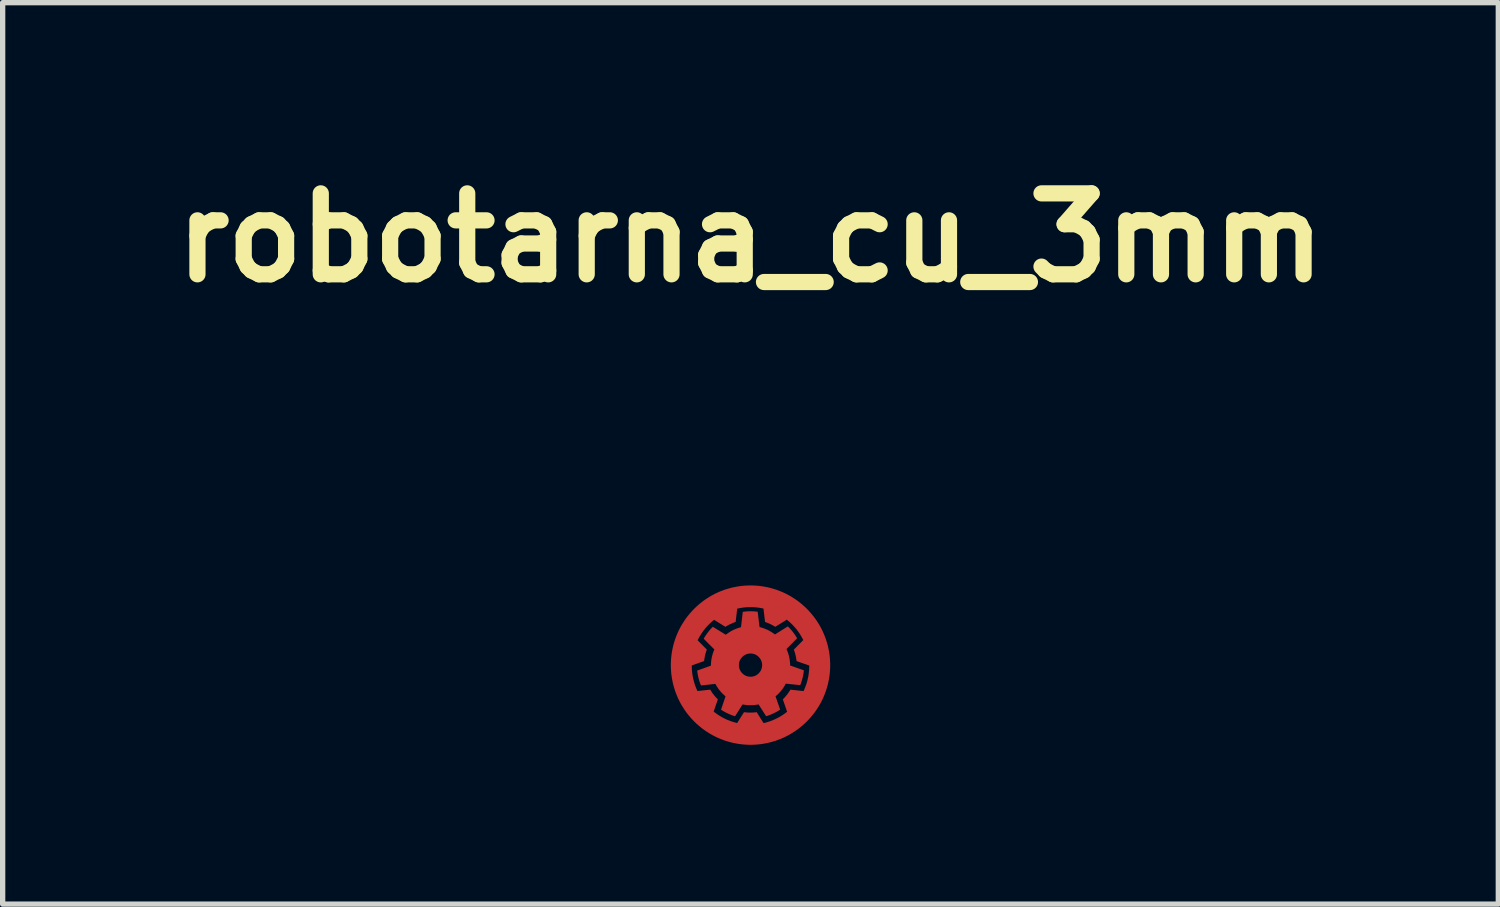
<source format=kicad_pcb>
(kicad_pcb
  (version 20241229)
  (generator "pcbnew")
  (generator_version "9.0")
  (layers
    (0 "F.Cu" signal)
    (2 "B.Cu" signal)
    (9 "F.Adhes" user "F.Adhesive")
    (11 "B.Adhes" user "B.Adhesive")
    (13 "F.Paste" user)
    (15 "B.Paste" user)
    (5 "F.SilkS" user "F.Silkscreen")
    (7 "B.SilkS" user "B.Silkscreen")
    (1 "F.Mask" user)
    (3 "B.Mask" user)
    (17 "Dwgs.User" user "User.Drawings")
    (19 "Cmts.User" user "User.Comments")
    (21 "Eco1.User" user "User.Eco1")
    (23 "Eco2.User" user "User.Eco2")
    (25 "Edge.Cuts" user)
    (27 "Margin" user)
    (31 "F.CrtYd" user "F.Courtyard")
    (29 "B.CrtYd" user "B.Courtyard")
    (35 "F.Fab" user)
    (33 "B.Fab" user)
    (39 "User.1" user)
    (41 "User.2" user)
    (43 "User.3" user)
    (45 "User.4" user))
  (footprint "robotarna_cu_3mm"
    (layer "F.Cu")
    (at 11.082 9.474)
    (property "Reference" "robotarna_cu_3mm" (at 0 -8.048 0) (layer "F.SilkS") (effects (font (size 1.524 1.524) (thickness 0.305))))
    (attr smd)
    (fp_poly (pts (xy -0.000003 0.219) (xy -0.992 0.184) (xy -0.989 0.2) (xy -0.985 0.216) (xy -0.982 0.231) (xy -0.978 0.247) (xy -0.974 0.263) (xy -0.969 0.278) (xy -0.965 0.293) (xy -0.96 0.309) (xy -0.955 0.324) (xy -0.95 0.339) (xy -0.944 0.354) (xy -0.938 0.368) (xy -0.932 0.383) (xy -0.661 0.353) (xy -0.654 0.367) (xy -0.646 0.381) (xy -0.638 0.395) (xy -0.629 0.409) (xy -0.62 0.422) (xy -0.611 0.436) (xy -0.602 0.449) (xy -0.592 0.462) (xy -0.582 0.474) (xy -0.572 0.487) (xy -0.562 0.499) (xy -0.551 0.511) (xy -0.54 0.523) (xy -0.529 0.534) (xy -0.518 0.545) (xy -0.506 0.556) (xy -0.494 0.567) (xy -0.482 0.578) (xy -0.47 0.588) (xy -0.555 0.839) (xy -0.542 0.848) (xy -0.528 0.857) (xy -0.514 0.865) (xy -0.5 0.873) (xy -0.486 0.881) (xy -0.472 0.889) (xy -0.457 0.896) (xy -0.443 0.903) (xy -0.428 0.91) (xy -0.413 0.917) (xy -0.399 0.924) (xy -0.383 0.93) (xy -0.368 0.936) (xy -0.353 0.942) (xy -0.338 0.948) (xy -0.322 0.953) (xy -0.307 0.958) (xy -0.291 0.963) (xy -0.15 0.74) (xy -0.134 0.743) (xy -0.118 0.746) (xy -0.101 0.748) (xy -0.085 0.75) (xy -0.068 0.752) (xy -0.051 0.753) (xy -0.035 0.754) (xy -0.018 0.755) (xy -0.001 0.755) (xy 0.015 0.755) (xy 0.031 0.754) (xy 0.046 0.754) (xy 0.061 0.752) (xy 0.077 0.751) (xy 0.092 0.749) (xy 0.107 0.747) (xy 0.122 0.745) (xy 0.137 0.742) (xy 0.152 0.74) (xy 0.294 0.962) (xy 0.31 0.957) (xy 0.326 0.952) (xy 0.341 0.947) (xy 0.356 0.941) (xy 0.372 0.935) (xy 0.387 0.929) (xy 0.402 0.923) (xy 0.417 0.916) (xy 0.431 0.909) (xy 0.446 0.902) (xy 0.46 0.895) (xy 0.475 0.888) (xy 0.489 0.88) (xy 0.503 0.872) (xy 0.517 0.864) (xy 0.531 0.855) (xy 0.544 0.847) (xy 0.558 0.838) (xy 0.471 0.588) (xy 0.483 0.577) (xy 0.495 0.567) (xy 0.507 0.556) (xy 0.519 0.545) (xy 0.531 0.533) (xy 0.542 0.521) (xy 0.553 0.509) (xy 0.564 0.497) (xy 0.575 0.485) (xy 0.585 0.472) (xy 0.595 0.459) (xy 0.604 0.446) (xy 0.614 0.433) (xy 0.623 0.419) (xy 0.632 0.406) (xy 0.64 0.392) (xy 0.649 0.377) (xy 0.657 0.363) (xy 0.664 0.349) (xy 0.936 0.377) (xy 0.942 0.362) (xy 0.947 0.348) (xy 0.953 0.333) (xy 0.958 0.318) (xy 0.963 0.303) (xy 0.967 0.287) (xy 0.972 0.272) (xy 0.976 0.257) (xy 0.98 0.241) (xy 0.984 0.226) (xy 0.987 0.21) (xy 0.991 0.194) (xy 0.994 0.178) (xy 0.996 0.163) (xy 0.999 0.146) (xy 1.001 0.13) (xy 1.003 0.114) (xy 1.005 0.098) (xy 0.746 0.007) (xy 0.745 -0.011) (xy 0.745 -0.028) (xy 0.744 -0.045) (xy 0.742 -0.062) (xy 0.74 -0.079) (xy 0.738 -0.096) (xy 0.736 -0.113) (xy 0.733 -0.129) (xy 0.729 -0.146) (xy 0.726 -0.162) (xy 0.722 -0.178) (xy 0.717 -0.194) (xy 0.713 -0.21) (xy 0.708 -0.226) (xy 0.702 -0.242) (xy 0.696 -0.257) (xy 0.69 -0.272) (xy 0.684 -0.288) (xy 0.677 -0.302) (xy 0.877 -0.506) (xy 0.869 -0.52) (xy 0.86 -0.534) (xy 0.851 -0.549) (xy 0.842 -0.563) (xy 0.832 -0.576) (xy 0.823 -0.59) (xy 0.813 -0.604) (xy 0.803 -0.617) (xy 0.793 -0.63) (xy 0.782 -0.643) (xy 0.772 -0.656) (xy 0.761 -0.669) (xy 0.75 -0.681) (xy 0.738 -0.693) (xy 0.727 -0.705) (xy 0.715 -0.717) (xy 0.703 -0.729) (xy 0.46 -0.577) (xy 0.448 -0.586) (xy 0.435 -0.596) (xy 0.422 -0.605) (xy 0.408 -0.614) (xy 0.395 -0.623) (xy 0.381 -0.631) (xy 0.367 -0.639) (xy 0.353 -0.647) (xy 0.338 -0.655) (xy 0.324 -0.662) (xy 0.309 -0.669) (xy 0.294 -0.675) (xy 0.279 -0.681) (xy 0.264 -0.687) (xy 0.249 -0.693) (xy 0.233 -0.698) (xy 0.218 -0.703) (xy 0.202 -0.708) (xy 0.186 -0.712) (xy 0.17 -0.716) (xy 0.135 -1.005) (xy 0.119 -1.007) (xy 0.102 -1.009) (xy 0.086 -1.01) (xy 0.069 -1.012) (xy 0.052 -1.013) (xy 0.035 -1.013) (xy 0.019 -1.014) (xy 0.002 -1.014) (xy -0.015 -1.014) (xy -0.032 -1.013) (xy -0.048 -1.013) (xy -0.065 -1.012) (xy -0.081 -1.011) (xy -0.098 -1.009) (xy -0.114 -1.007) (xy -0.13 -1.005) (xy -0.146 -1.003) (xy -0.179 -0.714) (xy -0.195 -0.71) (xy -0.211 -0.705) (xy -0.226 -0.7) (xy -0.242 -0.695) (xy -0.257 -0.69) (xy -0.272 -0.684) (xy -0.287 -0.678) (xy -0.302 -0.671) (xy -0.317 -0.665) (xy -0.331 -0.658) (xy -0.346 -0.65) (xy -0.36 -0.643) (xy -0.374 -0.635) (xy -0.387 -0.627) (xy -0.401 -0.618) (xy -0.414 -0.609) (xy -0.427 -0.6) (xy -0.44 -0.591) (xy -0.453 -0.582) (xy -0.466 -0.572) (xy -0.71 -0.722) (xy -0.721 -0.71) (xy -0.733 -0.698) (xy -0.744 -0.686) (xy -0.755 -0.674) (xy -0.766 -0.661) (xy -0.777 -0.648) (xy -0.788 -0.635) (xy -0.798 -0.622) (xy -0.808 -0.609) (xy -0.818 -0.595) (xy -0.828 -0.582) (xy -0.837 -0.568) (xy -0.847 -0.554) (xy -0.856 -0.54) (xy -0.865 -0.525) (xy -0.873 -0.511) (xy -0.881 -0.496) (xy -0.68 -0.294) (xy -0.686 -0.28) (xy -0.693 -0.265) (xy -0.698 -0.25) (xy -0.704 -0.235) (xy -0.709 -0.219) (xy -0.714 -0.204) (xy -0.718 -0.188) (xy -0.722 -0.172) (xy -0.726 -0.157) (xy -0.73 -0.141) (xy -0.733 -0.124) (xy -0.736 -0.108) (xy -0.738 -0.092) (xy -0.74 -0.075) (xy -0.742 -0.059) (xy -0.743 -0.042) (xy -0.744 -0.025) (xy -0.745 -0.008) (xy -0.745 0.009) (xy -0.745 0.01) (xy -1.004 0.103) (xy -1.002 0.12) (xy -1 0.136) (xy -0.997 0.152) (xy -0.995 0.168) (xy -0.992 0.184) (xy -0.000003 0.219) (xy -0.016 0.218) (xy -0.031 0.217) (xy -0.046 0.214) (xy -0.061 0.21) (xy -0.075 0.206) (xy -0.089 0.2) (xy -0.102 0.194) (xy -0.115 0.186) (xy -0.127 0.178) (xy -0.138 0.169) (xy -0.149 0.16) (xy -0.16 0.149) (xy -0.169 0.138) (xy -0.178 0.127) (xy -0.186 0.115) (xy -0.194 0.102) (xy -0.2 0.089) (xy -0.206 0.075) (xy -0.21 0.061) (xy -0.214 0.046) (xy -0.217 0.031) (xy -0.218 0.016) (xy -0.219 0.000005) (xy -0.218 -0.016) (xy -0.217 -0.031) (xy -0.214 -0.046) (xy -0.21 -0.061) (xy -0.206 -0.075) (xy -0.2 -0.089) (xy -0.194 -0.102) (xy -0.186 -0.115) (xy -0.178 -0.127) (xy -0.169 -0.138) (xy -0.16 -0.149) (xy -0.149 -0.16) (xy -0.138 -0.169) (xy -0.127 -0.178) (xy -0.115 -0.186) (xy -0.102 -0.194) (xy -0.089 -0.2) (xy -0.075 -0.206) (xy -0.061 -0.21) (xy -0.046 -0.214) (xy -0.031 -0.217) (xy -0.016 -0.218) (xy -0.000003 -0.219) (xy 0.016 -0.218) (xy 0.031 -0.217) (xy 0.046 -0.214) (xy 0.061 -0.21) (xy 0.075 -0.206) (xy 0.089 -0.2) (xy 0.102 -0.194) (xy 0.115 -0.186) (xy 0.127 -0.178) (xy 0.138 -0.169) (xy 0.149 -0.16) (xy 0.16 -0.149) (xy 0.169 -0.138) (xy 0.178 -0.127) (xy 0.186 -0.115) (xy 0.194 -0.102) (xy 0.2 -0.089) (xy 0.206 -0.075) (xy 0.21 -0.061) (xy 0.214 -0.046) (xy 0.217 -0.031) (xy 0.218 -0.016) (xy 0.219 0.000005) (xy 0.218 0.016) (xy 0.217 0.031) (xy 0.214 0.046) (xy 0.21 0.061) (xy 0.206 0.075) (xy 0.2 0.089) (xy 0.194 0.102) (xy 0.186 0.115) (xy 0.178 0.127) (xy 0.169 0.138) (xy 0.16 0.149) (xy 0.149 0.16) (xy 0.138 0.169) (xy 0.127 0.178) (xy 0.115 0.186) (xy 0.102 0.194) (xy 0.089 0.2) (xy 0.075 0.206) (xy 0.061 0.21) (xy 0.046 0.214) (xy 0.031 0.217) (xy 0.016 0.218) (xy -0.000003 0.219)) (stroke (width 0) (type solid)) (fill yes) (layer "F.Cu"))
    (fp_poly (pts (xy 0.999 0.489) (xy 0.222 1.484) (xy 0.237 1.481) (xy 0.253 1.479) (xy 0.268 1.476) (xy 0.283 1.473) (xy 0.298 1.47) (xy 0.314 1.467) (xy 0.329 1.464) (xy 0.344 1.46) (xy 0.359 1.457) (xy 0.374 1.453) (xy 0.389 1.449) (xy 0.404 1.445) (xy 0.418 1.441) (xy 0.433 1.436) (xy 0.448 1.432) (xy 0.462 1.427) (xy 0.477 1.423) (xy 0.491 1.418) (xy 0.506 1.413) (xy 0.52 1.407) (xy 0.534 1.402) (xy 0.549 1.396) (xy 0.563 1.391) (xy 0.577 1.385) (xy 0.591 1.379) (xy 0.605 1.373) (xy 0.619 1.367) (xy 0.632 1.361) (xy 0.646 1.354) (xy 0.66 1.348) (xy 0.673 1.341) (xy 0.687 1.334) (xy 0.7 1.327) (xy 0.713 1.32) (xy 0.727 1.313) (xy 0.74 1.305) (xy 0.753 1.298) (xy 0.766 1.29) (xy 0.779 1.282) (xy 0.791 1.274) (xy 0.804 1.266) (xy 0.817 1.258) (xy 0.829 1.25) (xy 0.842 1.242) (xy 0.854 1.233) (xy 0.866 1.225) (xy 0.879 1.216) (xy 0.891 1.207) (xy 0.903 1.198) (xy 0.915 1.189) (xy 0.926 1.18) (xy 0.938 1.17) (xy 0.95 1.161) (xy 0.961 1.151) (xy 0.973 1.142) (xy 0.984 1.132) (xy 0.995 1.122) (xy 1.006 1.112) (xy 1.018 1.102) (xy 1.028 1.092) (xy 1.039 1.082) (xy 1.05 1.071) (xy 1.061 1.061) (xy 1.071 1.05) (xy 1.082 1.039) (xy 1.092 1.028) (xy 1.102 1.018) (xy 1.112 1.006) (xy 1.122 0.995) (xy 1.132 0.984) (xy 1.142 0.973) (xy 1.151 0.961) (xy 1.161 0.95) (xy 1.17 0.938) (xy 1.18 0.926) (xy 1.189 0.915) (xy 1.198 0.903) (xy 1.207 0.891) (xy 1.216 0.879) (xy 1.225 0.866) (xy 1.233 0.854) (xy 1.242 0.842) (xy 1.25 0.829) (xy 1.258 0.817) (xy 1.266 0.804) (xy 1.274 0.791) (xy 1.282 0.779) (xy 1.29 0.766) (xy 1.298 0.753) (xy 1.305 0.74) (xy 1.313 0.727) (xy 1.32 0.713) (xy 1.327 0.7) (xy 1.334 0.687) (xy 1.341 0.673) (xy 1.348 0.66) (xy 1.354 0.646) (xy 1.361 0.632) (xy 1.367 0.619) (xy 1.373 0.605) (xy 1.379 0.591) (xy 1.385 0.577) (xy 1.391 0.563) (xy 1.396 0.549) (xy 1.402 0.534) (xy 1.407 0.52) (xy 1.413 0.506) (xy 1.418 0.491) (xy 1.423 0.477) (xy 1.427 0.462) (xy 1.432 0.448) (xy 1.436 0.433) (xy 1.441 0.418) (xy 1.445 0.404) (xy 1.449 0.389) (xy 1.453 0.374) (xy 1.457 0.359) (xy 1.46 0.344) (xy 1.464 0.329) (xy 1.467 0.314) (xy 1.47 0.298) (xy 1.473 0.283) (xy 1.476 0.268) (xy 1.479 0.253) (xy 1.481 0.237) (xy 1.484 0.222) (xy 1.486 0.206) (xy 1.488 0.191) (xy 1.49 0.175) (xy 1.492 0.159) (xy 1.493 0.144) (xy 1.495 0.128) (xy 1.496 0.112) (xy 1.497 0.096) (xy 1.498 0.08) (xy 1.499 0.064) (xy 1.499 0.048) (xy 1.5 0.032) (xy 1.5 0.016) (xy 1.5 0.000004) (xy 1.5 -0.016) (xy 1.5 -0.032) (xy 1.499 -0.048) (xy 1.499 -0.064) (xy 1.498 -0.08) (xy 1.497 -0.096) (xy 1.496 -0.112) (xy 1.495 -0.128) (xy 1.493 -0.144) (xy 1.492 -0.159) (xy 1.49 -0.175) (xy 1.488 -0.191) (xy 1.486 -0.206) (xy 1.484 -0.222) (xy 1.481 -0.237) (xy 1.479 -0.253) (xy 1.476 -0.268) (xy 1.473 -0.283) (xy 1.47 -0.298) (xy 1.467 -0.314) (xy 1.464 -0.329) (xy 1.46 -0.344) (xy 1.457 -0.359) (xy 1.453 -0.374) (xy 1.449 -0.389) (xy 1.445 -0.404) (xy 1.441 -0.418) (xy 1.436 -0.433) (xy 1.432 -0.448) (xy 1.427 -0.462) (xy 1.423 -0.477) (xy 1.418 -0.491) (xy 1.413 -0.506) (xy 1.407 -0.52) (xy 1.402 -0.534) (xy 1.396 -0.549) (xy 1.391 -0.563) (xy 1.385 -0.577) (xy 1.379 -0.591) (xy 1.373 -0.605) (xy 1.367 -0.619) (xy 1.361 -0.632) (xy 1.354 -0.646) (xy 1.348 -0.66) (xy 1.341 -0.673) (xy 1.334 -0.687) (xy 1.327 -0.7) (xy 1.32 -0.713) (xy 1.313 -0.727) (xy 1.305 -0.74) (xy 1.298 -0.753) (xy 1.29 -0.766) (xy 1.282 -0.779) (xy 1.274 -0.791) (xy 1.266 -0.804) (xy 1.258 -0.817) (xy 1.25 -0.829) (xy 1.242 -0.842) (xy 1.233 -0.854) (xy 1.225 -0.866) (xy 1.216 -0.879) (xy 1.207 -0.891) (xy 1.198 -0.903) (xy 1.189 -0.915) (xy 1.18 -0.926) (xy 1.17 -0.938) (xy 1.161 -0.95) (xy 1.151 -0.961) (xy 1.142 -0.973) (xy 1.132 -0.984) (xy 1.122 -0.995) (xy 1.112 -1.006) (xy 1.102 -1.018) (xy 1.092 -1.028) (xy 1.082 -1.039) (xy 1.071 -1.05) (xy 1.061 -1.061) (xy 1.05 -1.071) (xy 1.039 -1.082) (xy 1.028 -1.092) (xy 1.018 -1.102) (xy 1.006 -1.112) (xy 0.995 -1.122) (xy 0.984 -1.132) (xy 0.973 -1.142) (xy 0.961 -1.151) (xy 0.95 -1.161) (xy 0.938 -1.17) (xy 0.926 -1.18) (xy 0.915 -1.189) (xy 0.903 -1.198) (xy 0.891 -1.207) (xy 0.879 -1.216) (xy 0.866 -1.225) (xy 0.854 -1.233) (xy 0.842 -1.242) (xy 0.829 -1.25) (xy 0.817 -1.258) (xy 0.804 -1.266) (xy 0.791 -1.274) (xy 0.779 -1.282) (xy 0.766 -1.29) (xy 0.753 -1.298) (xy 0.74 -1.305) (xy 0.727 -1.313) (xy 0.713 -1.32) (xy 0.7 -1.327) (xy 0.687 -1.334) (xy 0.673 -1.341) (xy 0.66 -1.348) (xy 0.646 -1.354) (xy 0.632 -1.361) (xy 0.619 -1.367) (xy 0.605 -1.373) (xy 0.591 -1.379) (xy 0.577 -1.385) (xy 0.563 -1.391) (xy 0.549 -1.396) (xy 0.534 -1.402) (xy 0.52 -1.407) (xy 0.506 -1.413) (xy 0.491 -1.418) (xy 0.477 -1.423) (xy 0.462 -1.427) (xy 0.448 -1.432) (xy 0.433 -1.436) (xy 0.418 -1.441) (xy 0.404 -1.445) (xy 0.389 -1.449) (xy 0.374 -1.453) (xy 0.359 -1.457) (xy 0.344 -1.46) (xy 0.329 -1.464) (xy 0.314 -1.467) (xy 0.298 -1.47) (xy 0.283 -1.473) (xy 0.268 -1.476) (xy 0.253 -1.479) (xy 0.237 -1.481) (xy 0.222 -1.484) (xy 0.206 -1.486) (xy 0.191 -1.488) (xy 0.175 -1.49) (xy 0.159 -1.492) (xy 0.144 -1.493) (xy 0.128 -1.495) (xy 0.112 -1.496) (xy 0.096 -1.497) (xy 0.08 -1.498) (xy 0.064 -1.499) (xy 0.048 -1.499) (xy 0.032 -1.5) (xy 0.016 -1.5) (xy -0.000004 -1.5) (xy -0.016 -1.5) (xy -0.032 -1.5) (xy -0.048 -1.499) (xy -0.064 -1.499) (xy -0.08 -1.498) (xy -0.096 -1.497) (xy -0.112 -1.496) (xy -0.128 -1.495) (xy -0.144 -1.493) (xy -0.159 -1.492) (xy -0.175 -1.49) (xy -0.191 -1.488) (xy -0.206 -1.486) (xy -0.222 -1.484) (xy -0.237 -1.481) (xy -0.253 -1.479) (xy -0.268 -1.476) (xy -0.283 -1.473) (xy -0.298 -1.47) (xy -0.314 -1.467) (xy -0.329 -1.464) (xy -0.344 -1.46) (xy -0.359 -1.457) (xy -0.374 -1.453) (xy -0.389 -1.449) (xy -0.404 -1.445) (xy -0.418 -1.441) (xy -0.433 -1.436) (xy -0.448 -1.432) (xy -0.462 -1.427) (xy -0.477 -1.423) (xy -0.491 -1.418) (xy -0.506 -1.413) (xy -0.52 -1.407) (xy -0.534 -1.402) (xy -0.549 -1.396) (xy -0.563 -1.391) (xy -0.577 -1.385) (xy -0.591 -1.379) (xy -0.605 -1.373) (xy -0.619 -1.367) (xy -0.632 -1.361) (xy -0.646 -1.354) (xy -0.66 -1.348) (xy -0.673 -1.341) (xy -0.687 -1.334) (xy -0.7 -1.327) (xy -0.713 -1.32) (xy -0.727 -1.313) (xy -0.74 -1.305) (xy -0.753 -1.298) (xy -0.766 -1.29) (xy -0.779 -1.282) (xy -0.791 -1.274) (xy -0.804 -1.266) (xy -0.817 -1.258) (xy -0.829 -1.25) (xy -0.842 -1.242) (xy -0.854 -1.233) (xy -0.866 -1.225) (xy -0.879 -1.216) (xy -0.891 -1.207) (xy -0.903 -1.198) (xy -0.915 -1.189) (xy -0.926 -1.18) (xy -0.938 -1.17) (xy -0.95 -1.161) (xy -0.961 -1.151) (xy -0.973 -1.142) (xy -0.984 -1.132) (xy -0.995 -1.122) (xy -1.006 -1.112) (xy -1.018 -1.102) (xy -1.028 -1.092) (xy -1.039 -1.082) (xy -1.05 -1.071) (xy -1.061 -1.061) (xy -1.071 -1.05) (xy -1.082 -1.039) (xy -1.092 -1.028) (xy -1.102 -1.018) (xy -1.112 -1.006) (xy -1.122 -0.995) (xy -1.132 -0.984) (xy -1.142 -0.973) (xy -1.151 -0.961) (xy -1.161 -0.95) (xy -1.17 -0.938) (xy -1.18 -0.926) (xy -1.189 -0.915) (xy -1.198 -0.903) (xy -1.207 -0.891) (xy -1.216 -0.879) (xy -1.225 -0.866) (xy -1.233 -0.854) (xy -1.242 -0.842) (xy -1.25 -0.829) (xy -1.258 -0.817) (xy -1.266 -0.804) (xy -1.274 -0.791) (xy -1.282 -0.779) (xy -1.29 -0.766) (xy -1.298 -0.753) (xy -1.305 -0.74) (xy -1.313 -0.727) (xy -1.32 -0.713) (xy -1.327 -0.7) (xy -1.334 -0.687) (xy -1.341 -0.673) (xy -1.348 -0.66) (xy -1.354 -0.646) (xy -1.361 -0.632) (xy -1.367 -0.619) (xy -1.373 -0.605) (xy -1.379 -0.591) (xy -1.385 -0.577) (xy -1.391 -0.563) (xy -1.396 -0.549) (xy -1.402 -0.534) (xy -1.407 -0.52) (xy -1.413 -0.506) (xy -1.418 -0.491) (xy -1.423 -0.477) (xy -1.427 -0.462) (xy -1.432 -0.448) (xy -1.436 -0.433) (xy -1.441 -0.418) (xy -1.445 -0.404) (xy -1.449 -0.389) (xy -1.453 -0.374) (xy -1.457 -0.359) (xy -1.46 -0.344) (xy -1.464 -0.329) (xy -1.467 -0.314) (xy -1.47 -0.298) (xy -1.473 -0.283) (xy -1.476 -0.268) (xy -1.479 -0.253) (xy -1.481 -0.237) (xy -1.484 -0.222) (xy -1.486 -0.206) (xy -1.488 -0.191) (xy -1.49 -0.175) (xy -1.492 -0.159) (xy -1.493 -0.144) (xy -1.495 -0.128) (xy -1.496 -0.112) (xy -1.497 -0.096) (xy -1.498 -0.08) (xy -1.499 -0.064) (xy -1.499 -0.048) (xy -1.5 -0.032) (xy -1.5 -0.016) (xy -1.5 0.000004) (xy -1.5 0.016) (xy -1.5 0.032) (xy -1.499 0.048) (xy -1.499 0.064) (xy -1.498 0.08) (xy -1.497 0.096) (xy -1.496 0.112) (xy -1.495 0.128) (xy -1.493 0.144) (xy -1.492 0.159) (xy -1.49 0.175) (xy -1.488 0.191) (xy -1.486 0.206) (xy -1.484 0.222) (xy -1.481 0.237) (xy -1.479 0.253) (xy -1.476 0.268) (xy -1.473 0.283) (xy -1.47 0.298) (xy -1.467 0.314) (xy -1.464 0.329) (xy -1.46 0.344) (xy -1.457 0.359) (xy -1.453 0.374) (xy -1.449 0.389) (xy -1.445 0.404) (xy -1.441 0.418) (xy -1.436 0.433) (xy -1.432 0.448) (xy -1.427 0.462) (xy -1.423 0.477) (xy -1.418 0.491) (xy -1.413 0.506) (xy -1.407 0.52) (xy -1.402 0.534) (xy -1.396 0.549) (xy -1.391 0.563) (xy -1.385 0.577) (xy -1.379 0.591) (xy -1.373 0.605) (xy -1.367 0.619) (xy -1.361 0.632) (xy -1.354 0.646) (xy -1.348 0.66) (xy -1.341 0.673) (xy -1.334 0.687) (xy -1.327 0.7) (xy -1.32 0.713) (xy -1.313 0.727) (xy -1.305 0.74) (xy -1.298 0.753) (xy -1.29 0.766) (xy -1.282 0.779) (xy -1.274 0.791) (xy -1.266 0.804) (xy -1.258 0.817) (xy -1.25 0.829) (xy -1.242 0.842) (xy -1.233 0.854) (xy -1.225 0.866) (xy -1.216 0.879) (xy -1.207 0.891) (xy -1.198 0.903) (xy -1.189 0.915) (xy -1.18 0.926) (xy -1.17 0.938) (xy -1.161 0.95) (xy -1.151 0.961) (xy -1.142 0.973) (xy -1.132 0.984) (xy -1.122 0.995) (xy -1.112 1.006) (xy -1.102 1.018) (xy -1.092 1.028) (xy -1.082 1.039) (xy -1.071 1.05) (xy -1.061 1.061) (xy -1.05 1.071) (xy -1.039 1.082) (xy -1.028 1.092) (xy -1.018 1.102) (xy -1.006 1.112) (xy -0.995 1.122) (xy -0.984 1.132) (xy -0.973 1.142) (xy -0.961 1.151) (xy -0.95 1.161) (xy -0.938 1.17) (xy -0.926 1.18) (xy -0.915 1.189) (xy -0.903 1.198) (xy -0.891 1.207) (xy -0.879 1.216) (xy -0.866 1.225) (xy -0.854 1.233) (xy -0.842 1.242) (xy -0.829 1.25) (xy -0.817 1.258) (xy -0.804 1.266) (xy -0.791 1.274) (xy -0.779 1.282) (xy -0.766 1.29) (xy -0.753 1.298) (xy -0.74 1.305) (xy -0.727 1.313) (xy -0.713 1.32) (xy -0.7 1.327) (xy -0.687 1.334) (xy -0.673 1.341) (xy -0.66 1.348) (xy -0.646 1.354) (xy -0.632 1.361) (xy -0.619 1.367) (xy -0.605 1.373) (xy -0.591 1.379) (xy -0.577 1.385) (xy -0.563 1.391) (xy -0.549 1.396) (xy -0.534 1.402) (xy -0.52 1.407) (xy -0.506 1.413) (xy -0.491 1.418) (xy -0.477 1.423) (xy -0.462 1.427) (xy -0.448 1.432) (xy -0.433 1.436) (xy -0.418 1.441) (xy -0.404 1.445) (xy -0.389 1.449) (xy -0.374 1.453) (xy -0.359 1.457) (xy -0.344 1.46) (xy -0.329 1.464) (xy -0.314 1.467) (xy -0.298 1.47) (xy -0.283 1.473) (xy -0.268 1.476) (xy -0.253 1.479) (xy -0.237 1.481) (xy -0.222 1.484) (xy -0.206 1.486) (xy -0.191 1.488) (xy -0.175 1.49) (xy -0.159 1.492) (xy -0.144 1.493) (xy -0.128 1.495) (xy -0.112 1.496) (xy -0.096 1.497) (xy -0.08 1.498) (xy -0.064 1.499) (xy -0.048 1.499) (xy -0.032 1.5) (xy -0.016 1.5) (xy -0.000004 1.5) (xy 0.016 1.5) (xy 0.032 1.5) (xy 0.048 1.499) (xy 0.064 1.499) (xy 0.08 1.498) (xy 0.096 1.497) (xy 0.112 1.496) (xy 0.128 1.495) (xy 0.144 1.493) (xy 0.159 1.492) (xy 0.175 1.49) (xy 0.191 1.488) (xy 0.206 1.486) (xy 0.222 1.484) (xy 0.999 0.489) (xy 0.752 0.462) (xy 0.744 0.476) (xy 0.735 0.49) (xy 0.725 0.504) (xy 0.716 0.518) (xy 0.706 0.532) (xy 0.697 0.545) (xy 0.686 0.558) (xy 0.676 0.571) (xy 0.665 0.584) (xy 0.654 0.597) (xy 0.643 0.609) (xy 0.632 0.621) (xy 0.62 0.633) (xy 0.609 0.645) (xy 0.689 0.878) (xy 0.676 0.889) (xy 0.663 0.898) (xy 0.65 0.908) (xy 0.637 0.918) (xy 0.623 0.927) (xy 0.61 0.936) (xy 0.596 0.945) (xy 0.582 0.954) (xy 0.568 0.962) (xy 0.554 0.971) (xy 0.54 0.979) (xy 0.525 0.987) (xy 0.511 0.995) (xy 0.496 1.002) (xy 0.481 1.009) (xy 0.467 1.016) (xy 0.452 1.023) (xy 0.436 1.03) (xy 0.421 1.036) (xy 0.406 1.043) (xy 0.39 1.049) (xy 0.375 1.054) (xy 0.359 1.06) (xy 0.343 1.065) (xy 0.327 1.07) (xy 0.311 1.075) (xy 0.295 1.08) (xy 0.279 1.084) (xy 0.263 1.088) (xy 0.246 1.092) (xy 0.116 0.886) (xy 0.101 0.888) (xy 0.086 0.89) (xy 0.072 0.891) (xy 0.057 0.892) (xy 0.042 0.893) (xy 0.027 0.894) (xy 0.012 0.894) (xy -0.003 0.894) (xy -0.018 0.894) (xy -0.033 0.894) (xy -0.048 0.893) (xy -0.063 0.892) (xy -0.078 0.891) (xy -0.093 0.89) (xy -0.107 0.888) (xy -0.122 0.886) (xy -0.252 1.091) (xy -0.268 1.087) (xy -0.284 1.082) (xy -0.301 1.078) (xy -0.317 1.073) (xy -0.333 1.068) (xy -0.349 1.063) (xy -0.365 1.058) (xy -0.38 1.052) (xy -0.396 1.046) (xy -0.411 1.04) (xy -0.427 1.034) (xy -0.442 1.028) (xy -0.457 1.021) (xy -0.472 1.014) (xy -0.487 1.007) (xy -0.502 0.999) (xy -0.516 0.992) (xy -0.531 0.984) (xy -0.545 0.976) (xy -0.559 0.968) (xy -0.573 0.959) (xy -0.587 0.951) (xy -0.601 0.942) (xy -0.615 0.933) (xy -0.628 0.923) (xy -0.642 0.914) (xy -0.655 0.904) (xy -0.668 0.895) (xy -0.681 0.885) (xy -0.694 0.874) (xy -0.615 0.645) (xy -0.627 0.633) (xy -0.638 0.621) (xy -0.65 0.609) (xy -0.661 0.597) (xy -0.672 0.584) (xy -0.682 0.571) (xy -0.693 0.558) (xy -0.703 0.545) (xy -0.713 0.532) (xy -0.723 0.518) (xy -0.732 0.504) (xy -0.741 0.49) (xy -0.75 0.476) (xy -0.759 0.462) (xy -0.999 0.488) (xy -1.006 0.473) (xy -1.012 0.459) (xy -1.019 0.444) (xy -1.025 0.43) (xy -1.031 0.415) (xy -1.036 0.4) (xy -1.042 0.385) (xy -1.047 0.369) (xy -1.052 0.354) (xy -1.057 0.339) (xy -1.062 0.323) (xy -1.066 0.308) (xy -1.07 0.292) (xy -1.074 0.276) (xy -1.078 0.261) (xy -1.082 0.245) (xy -1.085 0.229) (xy -1.088 0.213) (xy -1.091 0.196) (xy -1.093 0.18) (xy -1.096 0.164) (xy -1.098 0.147) (xy -1.1 0.131) (xy -1.101 0.114) (xy -1.103 0.098) (xy -1.104 0.081) (xy -1.105 0.064) (xy -1.105 0.048) (xy -1.106 0.031) (xy -1.106 0.014) (xy -1.106 0.006) (xy -0.874 -0.076) (xy -0.872 -0.092) (xy -0.87 -0.108) (xy -0.867 -0.124) (xy -0.865 -0.14) (xy -0.862 -0.156) (xy -0.858 -0.172) (xy -0.855 -0.187) (xy -0.851 -0.202) (xy -0.847 -0.218) (xy -0.842 -0.233) (xy -0.838 -0.248) (xy -0.833 -0.263) (xy -0.828 -0.278) (xy -0.822 -0.292) (xy -0.996 -0.468) (xy -0.988 -0.483) (xy -0.981 -0.497) (xy -0.973 -0.512) (xy -0.965 -0.527) (xy -0.956 -0.541) (xy -0.948 -0.556) (xy -0.939 -0.57) (xy -0.93 -0.584) (xy -0.921 -0.598) (xy -0.912 -0.612) (xy -0.902 -0.625) (xy -0.893 -0.639) (xy -0.883 -0.652) (xy -0.873 -0.665) (xy -0.862 -0.678) (xy -0.852 -0.691) (xy -0.841 -0.704) (xy -0.83 -0.716) (xy -0.819 -0.729) (xy -0.808 -0.741) (xy -0.796 -0.753) (xy -0.785 -0.765) (xy -0.773 -0.777) (xy -0.761 -0.788) (xy -0.749 -0.799) (xy -0.737 -0.811) (xy -0.724 -0.822) (xy -0.712 -0.832) (xy -0.699 -0.843) (xy -0.686 -0.853) (xy -0.473 -0.721) (xy -0.459 -0.729) (xy -0.445 -0.738) (xy -0.431 -0.746) (xy -0.416 -0.754) (xy -0.402 -0.762) (xy -0.387 -0.769) (xy -0.372 -0.776) (xy -0.357 -0.783) (xy -0.342 -0.789) (xy -0.327 -0.796) (xy -0.311 -0.802) (xy -0.296 -0.807) (xy -0.28 -0.813) (xy -0.251 -1.063) (xy -0.234 -1.067) (xy -0.218 -1.07) (xy -0.202 -1.073) (xy -0.186 -1.076) (xy -0.169 -1.079) (xy -0.152 -1.081) (xy -0.136 -1.084) (xy -0.119 -1.086) (xy -0.102 -1.087) (xy -0.085 -1.089) (xy -0.068 -1.09) (xy -0.051 -1.091) (xy -0.034 -1.091) (xy -0.017 -1.092) (xy -0.000004 -1.092) (xy 0.017 -1.092) (xy 0.033 -1.091) (xy 0.05 -1.091) (xy 0.067 -1.09) (xy 0.083 -1.089) (xy 0.1 -1.087) (xy 0.116 -1.086) (xy 0.132 -1.084) (xy 0.148 -1.082) (xy 0.165 -1.08) (xy 0.181 -1.077) (xy 0.197 -1.074) (xy 0.212 -1.071) (xy 0.228 -1.068) (xy 0.244 -1.065) (xy 0.274 -0.813) (xy 0.289 -0.807) (xy 0.305 -0.802) (xy 0.32 -0.796) (xy 0.336 -0.789) (xy 0.351 -0.783) (xy 0.366 -0.776) (xy 0.381 -0.769) (xy 0.395 -0.762) (xy 0.41 -0.754) (xy 0.424 -0.746) (xy 0.439 -0.738) (xy 0.453 -0.729) (xy 0.466 -0.721) (xy 0.683 -0.856) (xy 0.696 -0.845) (xy 0.709 -0.835) (xy 0.722 -0.824) (xy 0.734 -0.813) (xy 0.746 -0.802) (xy 0.758 -0.791) (xy 0.77 -0.779) (xy 0.782 -0.768) (xy 0.794 -0.756) (xy 0.805 -0.744) (xy 0.816 -0.732) (xy 0.827 -0.72) (xy 0.838 -0.707) (xy 0.849 -0.694) (xy 0.86 -0.682) (xy 0.87 -0.669) (xy 0.88 -0.656) (xy 0.89 -0.642) (xy 0.9 -0.629) (xy 0.909 -0.615) (xy 0.919 -0.602) (xy 0.928 -0.588) (xy 0.937 -0.574) (xy 0.945 -0.56) (xy 0.954 -0.545) (xy 0.962 -0.531) (xy 0.97 -0.516) (xy 0.978 -0.502) (xy 0.986 -0.487) (xy 0.994 -0.472) (xy 0.816 -0.292) (xy 0.821 -0.278) (xy 0.826 -0.263) (xy 0.831 -0.248) (xy 0.836 -0.233) (xy 0.84 -0.218) (xy 0.844 -0.202) (xy 0.848 -0.187) (xy 0.852 -0.172) (xy 0.855 -0.156) (xy 0.858 -0.14) (xy 0.861 -0.124) (xy 0.863 -0.108) (xy 0.866 -0.092) (xy 0.867 -0.076) (xy 1.106 0.008) (xy 1.106 0.014) (xy 1.106 0.031) (xy 1.105 0.048) (xy 1.105 0.064) (xy 1.104 0.081) (xy 1.103 0.098) (xy 1.101 0.115) (xy 1.099 0.131) (xy 1.098 0.148) (xy 1.096 0.164) (xy 1.093 0.18) (xy 1.091 0.197) (xy 1.088 0.213) (xy 1.085 0.229) (xy 1.081 0.245) (xy 1.078 0.261) (xy 1.074 0.277) (xy 1.07 0.293) (xy 1.066 0.308) (xy 1.062 0.324) (xy 1.057 0.339) (xy 1.052 0.355) (xy 1.047 0.37) (xy 1.042 0.385) (xy 1.036 0.4) (xy 1.03 0.415) (xy 1.025 0.43) (xy 1.018 0.445) (xy 1.012 0.46) (xy 1.006 0.474) (xy 0.999 0.489)) (stroke (width 0) (type solid)) (fill yes) (layer "F.Cu")))
  (gr_rect
    (start -3 -3)
    (end 25.163 13.974)
    (stroke (width 0.1) (type default))
    (fill no)
    (layer "Edge.Cuts")))
</source>
